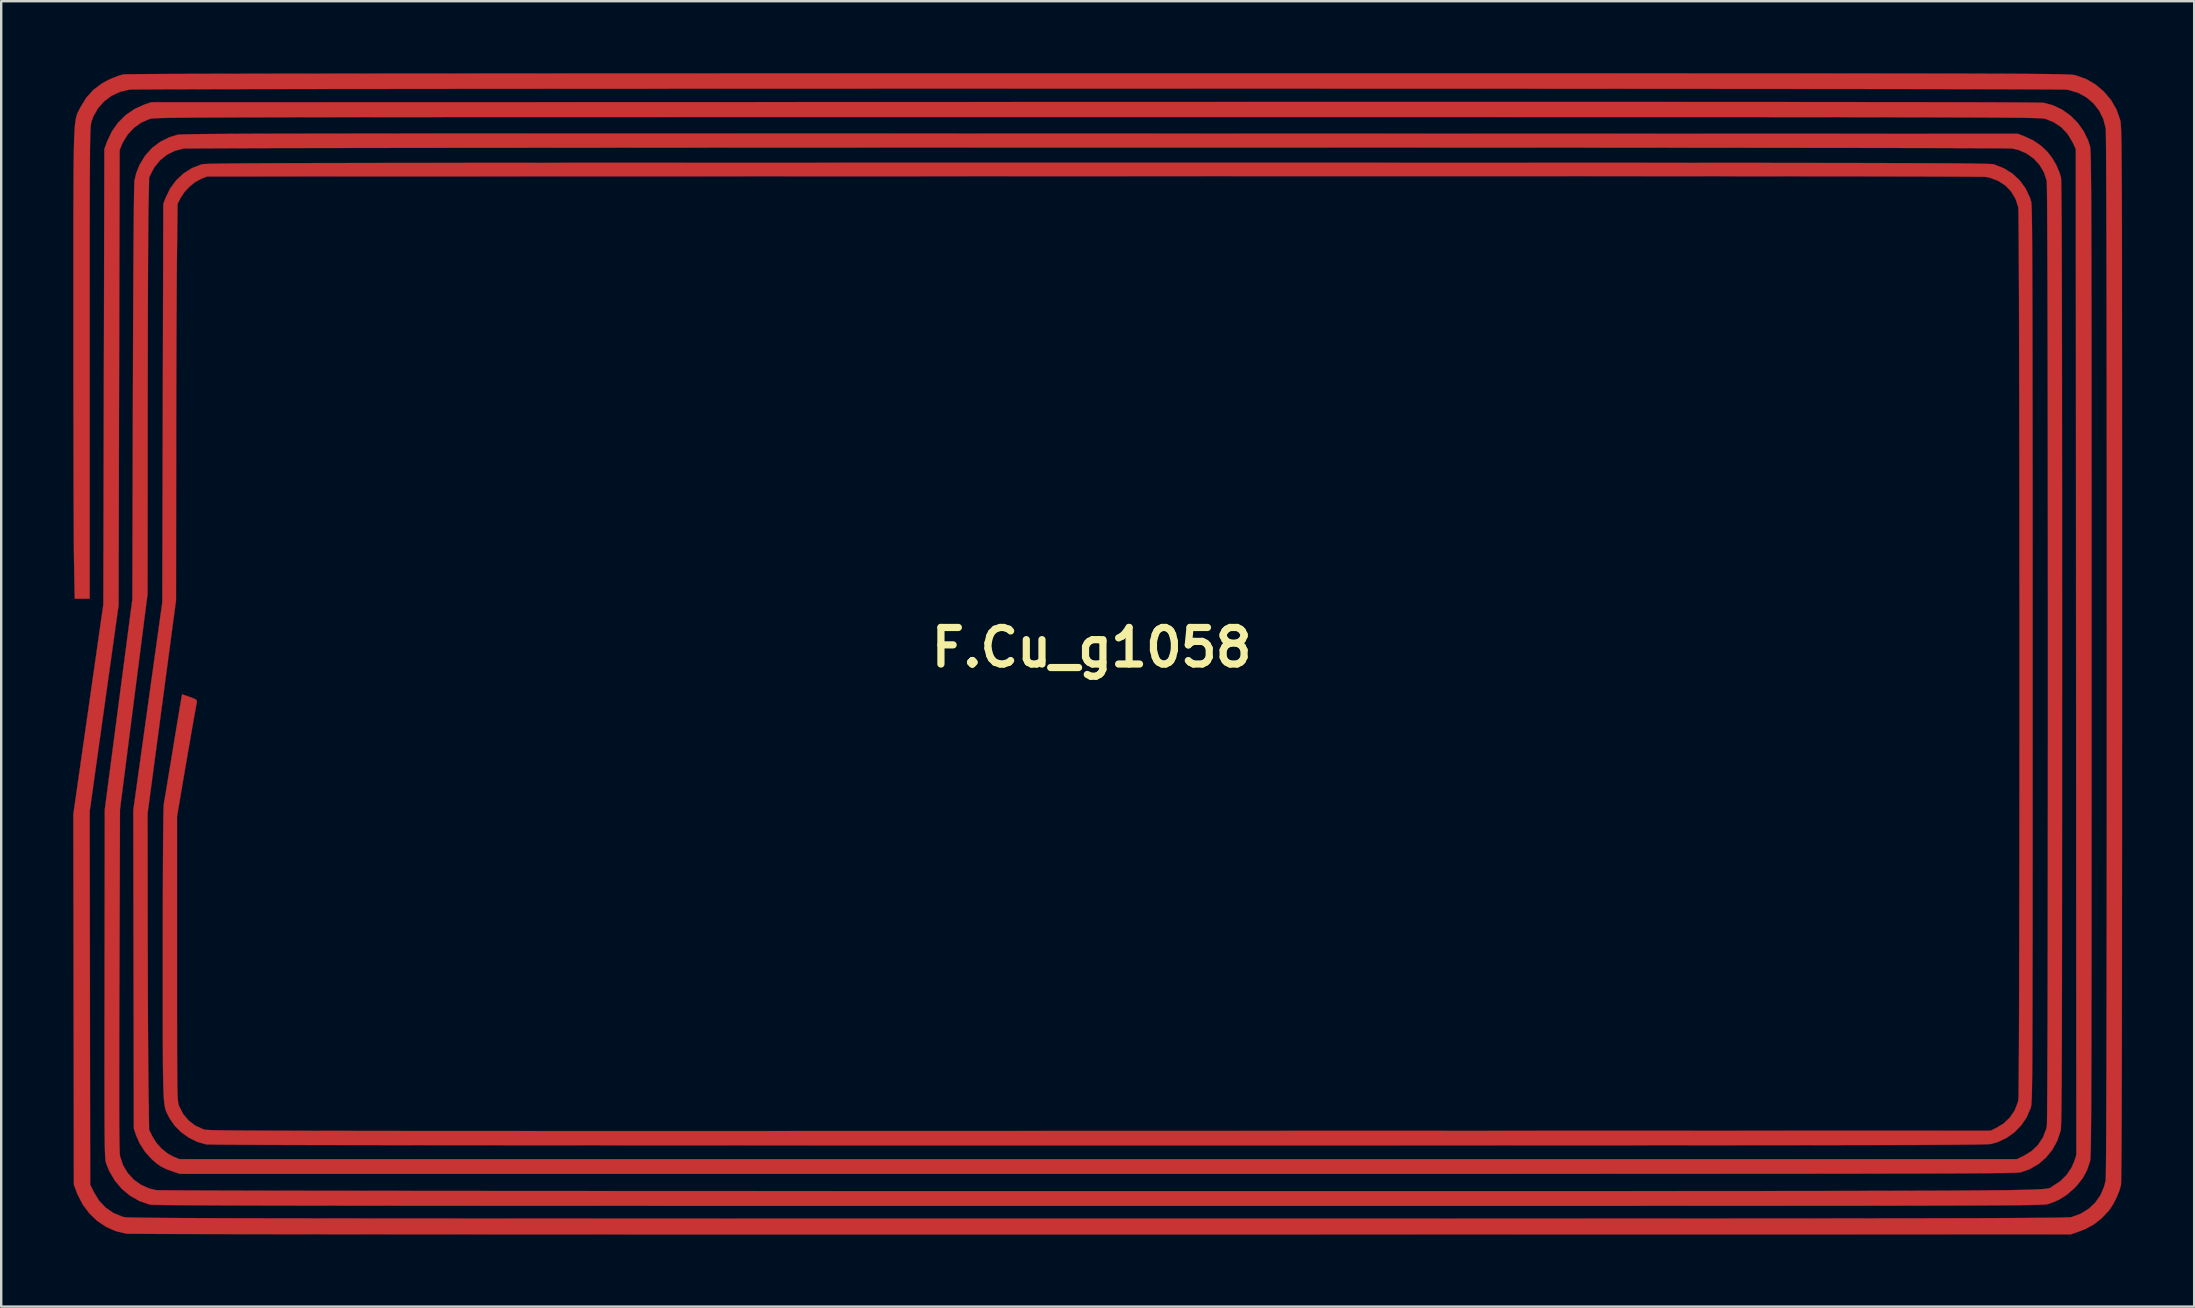
<source format=kicad_pcb>
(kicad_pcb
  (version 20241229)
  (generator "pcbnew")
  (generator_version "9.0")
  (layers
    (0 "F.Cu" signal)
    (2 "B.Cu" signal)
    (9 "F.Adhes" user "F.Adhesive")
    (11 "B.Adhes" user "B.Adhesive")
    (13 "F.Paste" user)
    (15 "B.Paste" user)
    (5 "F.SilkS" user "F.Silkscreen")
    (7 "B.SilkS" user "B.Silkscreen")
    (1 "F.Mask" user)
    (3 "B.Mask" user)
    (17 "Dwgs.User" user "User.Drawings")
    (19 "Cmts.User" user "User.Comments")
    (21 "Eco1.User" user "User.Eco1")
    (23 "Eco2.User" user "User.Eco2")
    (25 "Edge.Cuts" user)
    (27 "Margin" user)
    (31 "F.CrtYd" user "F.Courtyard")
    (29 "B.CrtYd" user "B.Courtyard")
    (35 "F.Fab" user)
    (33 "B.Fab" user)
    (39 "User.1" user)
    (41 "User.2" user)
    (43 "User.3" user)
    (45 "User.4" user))
  (footprint "F.Cu_g1058"
    (layer "F.Cu")
    (at 42.425 23.923)
    (property "Reference" "F.Cu_g1058" (at 0 0 0) (layer "F.SilkS") (effects (font (size 1.524 1.524) (thickness 0.3))))
    (attr through_hole)
    (fp_poly (pts (xy 2.52 -23.918) (xy 4.659 -23.918) (xy 6.717 -23.918) (xy 8.695 -23.918) (xy 10.594 -23.918) (xy 12.417 -23.918) (xy 14.165 -23.918) (xy 15.839 -23.918) (xy 17.442 -23.918) (xy 18.974 -23.918) (xy 20.437 -23.918) (xy 21.834 -23.917) (xy 23.164 -23.917) (xy 24.431 -23.917) (xy 25.636 -23.916) (xy 26.78 -23.916) (xy 27.864 -23.916) (xy 28.891 -23.915) (xy 29.863 -23.914) (xy 30.779 -23.914) (xy 31.644 -23.913) (xy 32.457 -23.912) (xy 33.22 -23.911) (xy 33.935 -23.91) (xy 34.605 -23.909) (xy 35.229 -23.908) (xy 35.81 -23.907) (xy 36.35 -23.906) (xy 36.849 -23.905) (xy 37.31 -23.903) (xy 37.735 -23.902) (xy 38.124 -23.9) (xy 38.48 -23.898) (xy 38.803 -23.896) (xy 39.096 -23.894) (xy 39.361 -23.892) (xy 39.598 -23.89) (xy 39.81 -23.888) (xy 39.997 -23.885) (xy 40.162 -23.882) (xy 40.307 -23.88) (xy 40.432 -23.877) (xy 40.539 -23.874) (xy 40.63 -23.871) (xy 40.707 -23.867) (xy 40.771 -23.864) (xy 40.824 -23.86) (xy 40.867 -23.856) (xy 40.903 -23.852) (xy 40.931 -23.848) (xy 40.955 -23.844) (xy 40.975 -23.84) (xy 40.994 -23.835) (xy 40.999 -23.834) (xy 41.429 -23.681) (xy 41.822 -23.452) (xy 42.167 -23.16) (xy 42.47 -22.801) (xy 42.696 -22.406) (xy 42.841 -21.992) (xy 42.848 -21.967) (xy 42.854 -21.94) (xy 42.859 -21.91) (xy 42.865 -21.873) (xy 42.87 -21.829) (xy 42.874 -21.775) (xy 42.879 -21.708) (xy 42.883 -21.626) (xy 42.887 -21.528) (xy 42.891 -21.411) (xy 42.894 -21.273) (xy 42.898 -21.112) (xy 42.901 -20.925) (xy 42.903 -20.71) (xy 42.906 -20.466) (xy 42.908 -20.189) (xy 42.91 -19.878) (xy 42.912 -19.531) (xy 42.914 -19.146) (xy 42.916 -18.719) (xy 42.917 -18.25) (xy 42.919 -17.736) (xy 42.92 -17.174) (xy 42.921 -16.563) (xy 42.922 -15.9) (xy 42.923 -15.184) (xy 42.923 -14.411) (xy 42.924 -13.58) (xy 42.924 -12.689) (xy 42.925 -11.735) (xy 42.925 -10.717) (xy 42.925 -9.631) (xy 42.926 -8.477) (xy 42.926 -7.251) (xy 42.926 -5.952) (xy 42.926 -4.577) (xy 42.926 -3.125) (xy 42.926 -1.592) (xy 42.926 0.023) (xy 42.926 0.259) (xy 42.926 2.023) (xy 42.926 3.703) (xy 42.925 5.302) (xy 42.925 6.82) (xy 42.925 8.258) (xy 42.924 9.618) (xy 42.923 10.901) (xy 42.922 12.109) (xy 42.921 13.242) (xy 42.92 14.302) (xy 42.919 15.29) (xy 42.917 16.208) (xy 42.916 17.057) (xy 42.914 17.838) (xy 42.912 18.553) (xy 42.91 19.202) (xy 42.908 19.787) (xy 42.905 20.31) (xy 42.903 20.771) (xy 42.9 21.172) (xy 42.897 21.514) (xy 42.894 21.799) (xy 42.891 22.028) (xy 42.888 22.201) (xy 42.884 22.321) (xy 42.881 22.389) (xy 42.879 22.403) (xy 42.806 22.653) (xy 42.691 22.928) (xy 42.552 23.195) (xy 42.405 23.421) (xy 42.363 23.473) (xy 42.063 23.789) (xy 41.747 24.035) (xy 41.393 24.227) (xy 41.127 24.331) (xy 40.788 24.448) (xy 0.423 24.453) (xy -1.756 24.453) (xy -3.888 24.453) (xy -5.971 24.453) (xy -8.005 24.453) (xy -9.988 24.453) (xy -11.918 24.453) (xy -13.796 24.453) (xy -15.62 24.453) (xy -17.388 24.452) (xy -19.099 24.452) (xy -20.753 24.451) (xy -22.347 24.45) (xy -23.882 24.45) (xy -25.356 24.449) (xy -26.767 24.448) (xy -28.115 24.447) (xy -29.398 24.446) (xy -30.616 24.445) (xy -31.766 24.444) (xy -32.848 24.442) (xy -33.862 24.441) (xy -34.804 24.44) (xy -35.676 24.438) (xy -36.474 24.437) (xy -37.199 24.435) (xy -37.849 24.433) (xy -38.422 24.432) (xy -38.919 24.43) (xy -39.337 24.428) (xy -39.675 24.426) (xy -39.933 24.424) (xy -40.108 24.422) (xy -40.201 24.42) (xy -40.215 24.419) (xy -40.648 24.316) (xy -41.053 24.136) (xy -41.423 23.888) (xy -41.75 23.577) (xy -42.025 23.21) (xy -42.241 22.794) (xy -42.298 22.648) (xy -42.397 22.373) (xy -42.408 14.659) (xy -42.42 6.945) (xy -41.794 2.573) (xy -41.169 -1.799) (xy -41.127 -20.765) (xy -41.013 -21.077) (xy -40.818 -21.493) (xy -40.558 -21.862) (xy -40.24 -22.178) (xy -39.872 -22.431) (xy -39.463 -22.615) (xy -39.458 -22.617) (xy -39.179 -22.712) (xy 0.106 -22.724) (xy 2.503 -22.724) (xy 4.816 -22.725) (xy 7.046 -22.726) (xy 9.194 -22.726) (xy 11.261 -22.726) (xy 13.247 -22.726) (xy 15.154 -22.727) (xy 16.982 -22.727) (xy 18.732 -22.727) (xy 20.405 -22.726) (xy 22.002 -22.726) (xy 23.524 -22.726) (xy 24.971 -22.725) (xy 26.344 -22.725) (xy 27.644 -22.724) (xy 28.873 -22.723) (xy 30.03 -22.722) (xy 31.118 -22.721) (xy 32.135 -22.72) (xy 33.085 -22.719) (xy 33.966 -22.718) (xy 34.781 -22.717) (xy 35.529 -22.715) (xy 36.212 -22.713) (xy 36.831 -22.712) (xy 37.387 -22.71) (xy 37.88 -22.708) (xy 38.311 -22.706) (xy 38.681 -22.704) (xy 38.991 -22.701) (xy 39.242 -22.699) (xy 39.434 -22.697) (xy 39.569 -22.694) (xy 39.647 -22.691) (xy 39.666 -22.69) (xy 40.063 -22.582) (xy 40.438 -22.4) (xy 40.781 -22.153) (xy 41.081 -21.851) (xy 41.329 -21.503) (xy 41.514 -21.12) (xy 41.589 -20.885) (xy 41.594 -20.86) (xy 41.599 -20.824) (xy 41.603 -20.775) (xy 41.608 -20.711) (xy 41.612 -20.629) (xy 41.616 -20.527) (xy 41.619 -20.403) (xy 41.623 -20.256) (xy 41.626 -20.082) (xy 41.629 -19.879) (xy 41.632 -19.646) (xy 41.634 -19.38) (xy 41.637 -19.08) (xy 41.639 -18.741) (xy 41.641 -18.364) (xy 41.643 -17.945) (xy 41.645 -17.482) (xy 41.646 -16.973) (xy 41.648 -16.416) (xy 41.649 -15.808) (xy 41.65 -15.148) (xy 41.651 -14.434) (xy 41.652 -13.662) (xy 41.653 -12.831) (xy 41.653 -11.939) (xy 41.654 -10.983) (xy 41.655 -9.962) (xy 41.655 -8.872) (xy 41.655 -7.713) (xy 41.656 -6.481) (xy 41.656 -5.175) (xy 41.656 -3.792) (xy 41.656 -2.331) (xy 41.656 -0.788) (xy 41.656 0.262) (xy 41.656 1.863) (xy 41.656 3.382) (xy 41.656 4.82) (xy 41.656 6.18) (xy 41.655 7.464) (xy 41.655 8.674) (xy 41.655 9.813) (xy 41.654 10.882) (xy 41.654 11.884) (xy 41.653 12.821) (xy 41.652 13.695) (xy 41.651 14.508) (xy 41.65 15.262) (xy 41.649 15.96) (xy 41.648 16.604) (xy 41.647 17.195) (xy 41.645 17.737) (xy 41.643 18.23) (xy 41.642 18.679) (xy 41.64 19.083) (xy 41.638 19.447) (xy 41.635 19.771) (xy 41.633 20.059) (xy 41.63 20.311) (xy 41.627 20.531) (xy 41.624 20.721) (xy 41.621 20.882) (xy 41.617 21.018) (xy 41.613 21.129) (xy 41.609 21.219) (xy 41.605 21.289) (xy 41.601 21.342) (xy 41.596 21.379) (xy 41.592 21.401) (xy 41.467 21.774) (xy 41.291 22.102) (xy 41.048 22.41) (xy 40.94 22.523) (xy 40.623 22.801) (xy 40.297 23.007) (xy 39.944 23.154) (xy 39.831 23.187) (xy 39.813 23.192) (xy 39.79 23.196) (xy 39.76 23.2) (xy 39.721 23.203) (xy 39.672 23.207) (xy 39.61 23.21) (xy 39.536 23.213) (xy 39.446 23.217) (xy 39.339 23.22) (xy 39.214 23.222) (xy 39.069 23.225) (xy 38.902 23.228) (xy 38.712 23.23) (xy 38.497 23.233) (xy 38.256 23.235) (xy 37.987 23.237) (xy 37.688 23.239) (xy 37.358 23.241) (xy 36.995 23.243) (xy 36.597 23.244) (xy 36.163 23.246) (xy 35.692 23.247) (xy 35.181 23.249) (xy 34.63 23.25) (xy 34.036 23.251) (xy 33.398 23.253) (xy 32.714 23.254) (xy 31.982 23.255) (xy 31.202 23.255) (xy 30.371 23.256) (xy 29.488 23.257) (xy 28.551 23.258) (xy 27.558 23.258) (xy 26.509 23.259) (xy 25.401 23.259) (xy 24.233 23.26) (xy 23.003 23.26) (xy 21.709 23.261) (xy 20.35 23.261) (xy 18.925 23.261) (xy 17.431 23.261) (xy 15.868 23.262) (xy 14.233 23.262) (xy 12.524 23.262) (xy 10.741 23.262) (xy 8.882 23.262) (xy 6.945 23.262) (xy 4.928 23.262) (xy 2.83 23.262) (xy 0.649 23.262) (xy 0.275 23.262) (xy -1.962 23.262) (xy -4.115 23.262) (xy -6.187 23.262) (xy -8.179 23.262) (xy -10.092 23.262) (xy -11.928 23.262) (xy -13.688 23.261) (xy -15.374 23.261) (xy -16.987 23.261) (xy -18.529 23.26) (xy -20.001 23.26) (xy -21.405 23.259) (xy -22.743 23.259) (xy -24.015 23.258) (xy -25.223 23.258) (xy -26.369 23.257) (xy -27.454 23.256) (xy -28.48 23.255) (xy -29.449 23.254) (xy -30.361 23.253) (xy -31.218 23.252) (xy -32.022 23.251) (xy -32.774 23.25) (xy -33.475 23.249) (xy -34.128 23.247) (xy -34.734 23.246) (xy -35.294 23.244) (xy -35.809 23.243) (xy -36.282 23.241) (xy -36.713 23.239) (xy -37.105 23.237) (xy -37.458 23.235) (xy -37.774 23.233) (xy -38.055 23.231) (xy -38.302 23.228) (xy -38.517 23.226) (xy -38.701 23.223) (xy -38.855 23.221) (xy -38.981 23.218) (xy -39.081 23.215) (xy -39.157 23.212) (xy -39.208 23.209) (xy -39.238 23.206) (xy -39.243 23.205) (xy -39.669 23.058) (xy -40.057 22.838) (xy -40.4 22.553) (xy -40.691 22.208) (xy -40.924 21.81) (xy -41.048 21.505) (xy -41.058 21.474) (xy -41.067 21.437) (xy -41.075 21.393) (xy -41.083 21.336) (xy -41.089 21.263) (xy -41.095 21.171) (xy -41.1 21.054) (xy -41.105 20.911) (xy -41.109 20.735) (xy -41.112 20.525) (xy -41.115 20.275) (xy -41.117 19.983) (xy -41.119 19.643) (xy -41.12 19.253) (xy -41.121 18.808) (xy -41.121 18.305) (xy -41.122 17.74) (xy -41.121 17.109) (xy -41.121 16.408) (xy -41.12 15.633) (xy -41.119 14.78) (xy -41.118 14.012) (xy -41.11 6.752) (xy -40.536 2.371) (xy -39.961 -2.011) (xy -39.938 -10.583) (xy -39.935 -11.584) (xy -39.932 -12.538) (xy -39.929 -13.441) (xy -39.925 -14.293) (xy -39.921 -15.089) (xy -39.917 -15.827) (xy -39.913 -16.505) (xy -39.908 -17.119) (xy -39.904 -17.668) (xy -39.899 -18.149) (xy -39.894 -18.56) (xy -39.89 -18.896) (xy -39.885 -19.157) (xy -39.88 -19.338) (xy -39.875 -19.439) (xy -39.873 -19.452) (xy -39.796 -19.774) (xy -39.659 -20.108) (xy -39.432 -20.485) (xy -39.143 -20.806) (xy -38.801 -21.066) (xy -38.41 -21.258) (xy -38.09 -21.356) (xy -38.068 -21.36) (xy -38.034 -21.363) (xy -37.986 -21.367) (xy -37.923 -21.37) (xy -37.842 -21.373) (xy -37.743 -21.376) (xy -37.624 -21.379) (xy -37.482 -21.382) (xy -37.318 -21.384) (xy -37.128 -21.387) (xy -36.911 -21.389) (xy -36.666 -21.391) (xy -36.392 -21.393) (xy -36.086 -21.395) (xy -35.746 -21.397) (xy -35.372 -21.399) (xy -34.962 -21.401) (xy -34.514 -21.402) (xy -34.026 -21.404) (xy -33.498 -21.405) (xy -32.926 -21.406) (xy -32.311 -21.407) (xy -31.649 -21.408) (xy -30.94 -21.409) (xy -30.182 -21.41) (xy -29.373 -21.411) (xy -28.512 -21.412) (xy -27.597 -21.412) (xy -26.627 -21.413) (xy -25.599 -21.413) (xy -24.513 -21.413) (xy -23.366 -21.414) (xy -22.158 -21.414) (xy -20.886 -21.414) (xy -19.549 -21.414) (xy -18.145 -21.414) (xy -16.673 -21.414) (xy -15.13 -21.414) (xy -13.517 -21.413) (xy -11.83 -21.413) (xy -10.069 -21.413) (xy -8.231 -21.412) (xy -6.315 -21.412) (xy -4.32 -21.411) (xy -2.244 -21.411) (xy -0.085 -21.41) (xy 0.388 -21.41) (xy 38.587 -21.399) (xy 38.87 -21.289) (xy 39.24 -21.115) (xy 39.556 -20.897) (xy 39.812 -20.654) (xy 40.012 -20.397) (xy 40.188 -20.096) (xy 40.321 -19.784) (xy 40.382 -19.566) (xy 40.386 -19.519) (xy 40.39 -19.416) (xy 40.393 -19.257) (xy 40.397 -19.038) (xy 40.4 -18.761) (xy 40.403 -18.423) (xy 40.406 -18.023) (xy 40.408 -17.56) (xy 40.411 -17.032) (xy 40.413 -16.439) (xy 40.415 -15.779) (xy 40.417 -15.051) (xy 40.419 -14.254) (xy 40.42 -13.386) (xy 40.422 -12.446) (xy 40.423 -11.434) (xy 40.424 -10.347) (xy 40.425 -9.185) (xy 40.426 -7.946) (xy 40.427 -6.629) (xy 40.427 -5.233) (xy 40.427 -3.757) (xy 40.428 -2.199) (xy 40.428 -0.559) (xy 40.428 0.267) (xy 40.428 1.827) (xy 40.427 3.305) (xy 40.427 4.703) (xy 40.427 6.023) (xy 40.427 7.267) (xy 40.426 8.437) (xy 40.426 9.535) (xy 40.425 10.564) (xy 40.424 11.526) (xy 40.424 12.423) (xy 40.423 13.257) (xy 40.422 14.031) (xy 40.42 14.746) (xy 40.419 15.405) (xy 40.418 16.01) (xy 40.416 16.563) (xy 40.414 17.066) (xy 40.412 17.522) (xy 40.41 17.932) (xy 40.408 18.299) (xy 40.405 18.626) (xy 40.403 18.913) (xy 40.4 19.164) (xy 40.397 19.381) (xy 40.394 19.565) (xy 40.39 19.72) (xy 40.386 19.846) (xy 40.382 19.947) (xy 40.378 20.025) (xy 40.374 20.081) (xy 40.369 20.118) (xy 40.367 20.13) (xy 40.227 20.548) (xy 40.02 20.926) (xy 39.753 21.255) (xy 39.433 21.527) (xy 39.068 21.736) (xy 38.708 21.862) (xy 38.688 21.866) (xy 38.657 21.87) (xy 38.613 21.873) (xy 38.556 21.876) (xy 38.482 21.88) (xy 38.392 21.883) (xy 38.282 21.886) (xy 38.152 21.889) (xy 38 21.891) (xy 37.824 21.894) (xy 37.622 21.896) (xy 37.393 21.899) (xy 37.136 21.901) (xy 36.849 21.903) (xy 36.53 21.905) (xy 36.177 21.907) (xy 35.789 21.909) (xy 35.365 21.91) (xy 34.903 21.912) (xy 34.4 21.914) (xy 33.856 21.915) (xy 33.269 21.916) (xy 32.637 21.917) (xy 31.959 21.919) (xy 31.233 21.92) (xy 30.458 21.921) (xy 29.631 21.922) (xy 28.752 21.923) (xy 27.818 21.923) (xy 26.828 21.924) (xy 25.781 21.925) (xy 24.675 21.925) (xy 23.508 21.926) (xy 22.278 21.926) (xy 20.984 21.927) (xy 19.625 21.927) (xy 18.199 21.927) (xy 16.703 21.928) (xy 15.138 21.928) (xy 13.5 21.928) (xy 11.788 21.928) (xy 10.002 21.928) (xy 8.138 21.929) (xy 6.196 21.929) (xy 4.174 21.929) (xy 2.07 21.929) (xy 0.234 21.929) (xy -37.979 21.929) (xy -38.304 21.82) (xy -38.555 21.727) (xy -38.754 21.629) (xy -38.934 21.507) (xy -39.127 21.341) (xy -39.154 21.316) (xy -39.433 21.008) (xy -39.659 20.655) (xy -39.805 20.323) (xy -39.899 20.045) (xy -39.911 13.411) (xy -39.922 6.776) (xy -38.714 -1.884) (xy -38.693 -10.181) (xy -38.672 -18.479) (xy -38.576 -18.731) (xy -38.388 -19.119) (xy -38.137 -19.46) (xy -37.832 -19.746) (xy -37.482 -19.968) (xy -37.097 -20.119) (xy -37.061 -20.128) (xy -37.041 -20.132) (xy -37.008 -20.136) (xy -36.961 -20.139) (xy -36.899 -20.142) (xy -36.819 -20.145) (xy -36.72 -20.149) (xy -36.601 -20.151) (xy -36.46 -20.154) (xy -36.295 -20.157) (xy -36.104 -20.159) (xy -35.886 -20.162) (xy -35.64 -20.164) (xy -35.364 -20.166) (xy -35.055 -20.168) (xy -34.713 -20.17) (xy -34.336 -20.172) (xy -33.922 -20.174) (xy -33.47 -20.176) (xy -32.978 -20.177) (xy -32.444 -20.179) (xy -31.867 -20.18) (xy -31.245 -20.181) (xy -30.576 -20.183) (xy -29.86 -20.184) (xy -29.093 -20.185) (xy -28.275 -20.186) (xy -27.404 -20.187) (xy -26.479 -20.187) (xy -25.497 -20.188) (xy -24.458 -20.189) (xy -23.359 -20.189) (xy -22.198 -20.19) (xy -20.976 -20.191) (xy -19.688 -20.191) (xy -18.335 -20.191) (xy -16.914 -20.192) (xy -15.424 -20.192) (xy -13.863 -20.192) (xy -12.229 -20.192) (xy -10.522 -20.193) (xy -8.738 -20.193) (xy -6.878 -20.193) (xy -4.938 -20.193) (xy -2.918 -20.193) (xy -0.815 -20.193) (xy 0.276 -20.193) (xy 2.414 -20.193) (xy 4.469 -20.193) (xy 6.443 -20.193) (xy 8.337 -20.193) (xy 10.152 -20.193) (xy 11.892 -20.193) (xy 13.556 -20.192) (xy 15.147 -20.192) (xy 16.667 -20.192) (xy 18.117 -20.192) (xy 19.498 -20.191) (xy 20.813 -20.191) (xy 22.063 -20.191) (xy 23.249 -20.19) (xy 24.374 -20.19) (xy 25.439 -20.189) (xy 26.445 -20.188) (xy 27.395 -20.188) (xy 28.289 -20.187) (xy 29.13 -20.186) (xy 29.919 -20.185) (xy 30.658 -20.184) (xy 31.348 -20.183) (xy 31.991 -20.182) (xy 32.589 -20.18) (xy 33.143 -20.179) (xy 33.656 -20.177) (xy 34.127 -20.176) (xy 34.56 -20.174) (xy 34.956 -20.172) (xy 35.317 -20.171) (xy 35.643 -20.169) (xy 35.938 -20.167) (xy 36.202 -20.164) (xy 36.437 -20.162) (xy 36.644 -20.16) (xy 36.826 -20.157) (xy 36.985 -20.154) (xy 37.12 -20.151) (xy 37.235 -20.149) (xy 37.331 -20.145) (xy 37.41 -20.142) (xy 37.472 -20.139) (xy 37.521 -20.135) (xy 37.557 -20.132) (xy 37.582 -20.128) (xy 37.595 -20.125) (xy 38.006 -19.962) (xy 38.367 -19.734) (xy 38.673 -19.448) (xy 38.917 -19.11) (xy 39.094 -18.724) (xy 39.143 -18.563) (xy 39.148 -18.534) (xy 39.152 -18.481) (xy 39.156 -18.402) (xy 39.16 -18.295) (xy 39.164 -18.158) (xy 39.167 -17.988) (xy 39.171 -17.783) (xy 39.174 -17.542) (xy 39.177 -17.262) (xy 39.179 -16.941) (xy 39.182 -16.577) (xy 39.184 -16.167) (xy 39.186 -15.71) (xy 39.188 -15.203) (xy 39.19 -14.645) (xy 39.191 -14.032) (xy 39.193 -13.364) (xy 39.194 -12.637) (xy 39.195 -11.85) (xy 39.196 -11) (xy 39.197 -10.086) (xy 39.198 -9.104) (xy 39.198 -8.054) (xy 39.199 -6.933) (xy 39.199 -5.738) (xy 39.2 -4.468) (xy 39.2 -3.12) (xy 39.2 -1.693) (xy 39.2 -0.184) (xy 39.2 0.281) (xy 39.2 1.778) (xy 39.2 3.192) (xy 39.2 4.526) (xy 39.2 5.783) (xy 39.2 6.965) (xy 39.2 8.073) (xy 39.2 9.111) (xy 39.199 10.081) (xy 39.199 10.986) (xy 39.199 11.827) (xy 39.198 12.606) (xy 39.197 13.328) (xy 39.196 13.993) (xy 39.195 14.604) (xy 39.194 15.163) (xy 39.193 15.673) (xy 39.191 16.137) (xy 39.19 16.556) (xy 39.188 16.932) (xy 39.186 17.269) (xy 39.184 17.569) (xy 39.181 17.834) (xy 39.178 18.066) (xy 39.175 18.267) (xy 39.172 18.441) (xy 39.169 18.589) (xy 39.165 18.715) (xy 39.161 18.819) (xy 39.156 18.904) (xy 39.152 18.974) (xy 39.147 19.03) (xy 39.142 19.074) (xy 39.136 19.11) (xy 39.13 19.139) (xy 39.123 19.163) (xy 39.117 19.186) (xy 39.117 19.186) (xy 38.957 19.564) (xy 38.728 19.904) (xy 38.44 20.199) (xy 38.103 20.437) (xy 37.728 20.61) (xy 37.47 20.682) (xy 37.445 20.686) (xy 37.401 20.689) (xy 37.337 20.692) (xy 37.252 20.696) (xy 37.143 20.698) (xy 37.01 20.701) (xy 36.85 20.704) (xy 36.663 20.707) (xy 36.446 20.709) (xy 36.198 20.711) (xy 35.917 20.714) (xy 35.602 20.716) (xy 35.252 20.718) (xy 34.864 20.72) (xy 34.437 20.722) (xy 33.969 20.723) (xy 33.46 20.725) (xy 32.907 20.727) (xy 32.308 20.728) (xy 31.663 20.729) (xy 30.969 20.731) (xy 30.226 20.732) (xy 29.431 20.733) (xy 28.582 20.734) (xy 27.68 20.735) (xy 26.72 20.736) (xy 25.703 20.737) (xy 24.627 20.738) (xy 23.489 20.738) (xy 22.289 20.739) (xy 21.025 20.739) (xy 19.695 20.74) (xy 18.297 20.74) (xy 16.831 20.741) (xy 15.295 20.741) (xy 13.686 20.741) (xy 12.003 20.742) (xy 10.246 20.742) (xy 8.411 20.742) (xy 6.499 20.742) (xy 4.506 20.742) (xy 2.432 20.743) (xy 0.275 20.743) (xy 0.272 20.743) (xy -2.066 20.743) (xy -4.321 20.743) (xy -6.493 20.742) (xy -8.582 20.742) (xy -10.59 20.742) (xy -12.517 20.741) (xy -14.365 20.741) (xy -16.133 20.74) (xy -17.822 20.74) (xy -19.434 20.739) (xy -20.969 20.738) (xy -22.429 20.737) (xy -23.813 20.737) (xy -25.122 20.735) (xy -26.358 20.734) (xy -27.521 20.733) (xy -28.611 20.732) (xy -29.631 20.73) (xy -30.58 20.729) (xy -31.459 20.727) (xy -32.269 20.726) (xy -33.011 20.724) (xy -33.686 20.722) (xy -34.294 20.72) (xy -34.836 20.718) (xy -35.313 20.716) (xy -35.726 20.713) (xy -36.075 20.711) (xy -36.362 20.709) (xy -36.586 20.706) (xy -36.75 20.703) (xy -36.853 20.701) (xy -36.896 20.698) (xy -37.259 20.593) (xy -37.608 20.42) (xy -37.929 20.19) (xy -38.202 19.916) (xy -38.412 19.61) (xy -38.434 19.567) (xy -38.469 19.499) (xy -38.501 19.438) (xy -38.529 19.38) (xy -38.555 19.32) (xy -38.578 19.254) (xy -38.598 19.178) (xy -38.616 19.087) (xy -38.631 18.978) (xy -38.644 18.845) (xy -38.655 18.685) (xy -38.665 18.493) (xy -38.672 18.265) (xy -38.678 17.997) (xy -38.683 17.684) (xy -38.687 17.322) (xy -38.689 16.907) (xy -38.691 16.434) (xy -38.692 15.9) (xy -38.693 15.299) (xy -38.693 14.628) (xy -38.693 13.883) (xy -38.693 13.058) (xy -38.693 12.783) (xy -38.692 11.89) (xy -38.691 11.057) (xy -38.69 10.287) (xy -38.688 9.583) (xy -38.685 8.945) (xy -38.682 8.377) (xy -38.679 7.879) (xy -38.674 7.456) (xy -38.67 7.107) (xy -38.665 6.836) (xy -38.659 6.645) (xy -38.653 6.536) (xy -38.651 6.516) (xy -38.636 6.429) (xy -38.608 6.267) (xy -38.57 6.041) (xy -38.523 5.758) (xy -38.469 5.428) (xy -38.408 5.06) (xy -38.342 4.664) (xy -38.274 4.249) (xy -38.268 4.212) (xy -38.201 3.801) (xy -38.137 3.413) (xy -38.078 3.057) (xy -38.025 2.741) (xy -37.981 2.474) (xy -37.946 2.264) (xy -37.921 2.119) (xy -37.908 2.048) (xy -37.908 2.044) (xy -37.888 1.951) (xy -37.573 2.062) (xy -37.416 2.119) (xy -37.324 2.162) (xy -37.281 2.202) (xy -37.273 2.249) (xy -37.278 2.282) (xy -37.342 2.64) (xy -37.418 3.064) (xy -37.501 3.535) (xy -37.588 4.036) (xy -37.677 4.549) (xy -37.764 5.056) (xy -37.847 5.539) (xy -37.868 5.666) (xy -38.1 7.036) (xy -38.1 12.957) (xy -38.1 13.782) (xy -38.1 14.528) (xy -38.1 15.197) (xy -38.099 15.794) (xy -38.099 16.324) (xy -38.098 16.791) (xy -38.096 17.199) (xy -38.095 17.552) (xy -38.092 17.855) (xy -38.089 18.112) (xy -38.086 18.328) (xy -38.082 18.506) (xy -38.077 18.651) (xy -38.071 18.767) (xy -38.065 18.858) (xy -38.057 18.93) (xy -38.049 18.985) (xy -38.039 19.029) (xy -38.029 19.066) (xy -38.017 19.1) (xy -38.012 19.112) (xy -37.849 19.43) (xy -37.621 19.702) (xy -37.338 19.918) (xy -37.011 20.067) (xy -36.956 20.084) (xy -36.938 20.088) (xy -36.909 20.091) (xy -36.868 20.095) (xy -36.813 20.098) (xy -36.743 20.102) (xy -36.656 20.105) (xy -36.551 20.108) (xy -36.425 20.111) (xy -36.277 20.113) (xy -36.106 20.116) (xy -35.909 20.118) (xy -35.686 20.121) (xy -35.434 20.123) (xy -35.153 20.125) (xy -34.839 20.127) (xy -34.492 20.129) (xy -34.11 20.13) (xy -33.692 20.132) (xy -33.235 20.133) (xy -32.739 20.135) (xy -32.201 20.136) (xy -31.619 20.137) (xy -30.993 20.138) (xy -30.321 20.139) (xy -29.6 20.14) (xy -28.83 20.141) (xy -28.009 20.142) (xy -27.134 20.142) (xy -26.205 20.143) (xy -25.22 20.143) (xy -24.176 20.143) (xy -23.074 20.144) (xy -21.91 20.144) (xy -20.683 20.144) (xy -19.392 20.144) (xy -18.035 20.144) (xy -16.61 20.144) (xy -15.116 20.144) (xy -13.551 20.144) (xy -11.913 20.143) (xy -10.202 20.143) (xy -8.414 20.143) (xy -6.549 20.142) (xy -4.604 20.142) (xy -2.579 20.141) (xy -0.471 20.14) (xy 0.36 20.14) (xy 37.444 20.13) (xy 37.686 20.016) (xy 37.996 19.826) (xy 38.256 19.577) (xy 38.455 19.28) (xy 38.584 18.948) (xy 38.607 18.843) (xy 38.611 18.781) (xy 38.615 18.638) (xy 38.618 18.417) (xy 38.621 18.122) (xy 38.624 17.755) (xy 38.627 17.321) (xy 38.63 16.822) (xy 38.633 16.261) (xy 38.635 15.643) (xy 38.637 14.97) (xy 38.639 14.246) (xy 38.641 13.475) (xy 38.643 12.658) (xy 38.645 11.801) (xy 38.646 10.906) (xy 38.648 9.976) (xy 38.649 9.015) (xy 38.65 8.027) (xy 38.651 7.013) (xy 38.652 5.979) (xy 38.652 4.927) (xy 38.653 3.861) (xy 38.653 2.783) (xy 38.653 1.698) (xy 38.653 0.608) (xy 38.653 -0.483) (xy 38.653 -1.572) (xy 38.652 -2.655) (xy 38.651 -3.729) (xy 38.651 -4.791) (xy 38.65 -5.837) (xy 38.649 -6.864) (xy 38.648 -7.869) (xy 38.646 -8.848) (xy 38.645 -9.799) (xy 38.643 -10.717) (xy 38.641 -11.599) (xy 38.639 -12.443) (xy 38.637 -13.244) (xy 38.635 -13.999) (xy 38.633 -14.706) (xy 38.63 -15.36) (xy 38.628 -15.958) (xy 38.625 -16.498) (xy 38.622 -16.975) (xy 38.619 -17.386) (xy 38.616 -17.728) (xy 38.612 -17.998) (xy 38.609 -18.192) (xy 38.605 -18.307) (xy 38.603 -18.339) (xy 38.487 -18.691) (xy 38.305 -18.997) (xy 38.061 -19.249) (xy 37.763 -19.442) (xy 37.417 -19.569) (xy 37.244 -19.604) (xy 37.185 -19.606) (xy 37.043 -19.609) (xy 36.817 -19.611) (xy 36.509 -19.613) (xy 36.119 -19.615) (xy 35.648 -19.617) (xy 35.098 -19.619) (xy 34.467 -19.621) (xy 33.758 -19.622) (xy 32.971 -19.624) (xy 32.107 -19.626) (xy 31.166 -19.627) (xy 30.15 -19.628) (xy 29.058 -19.629) (xy 27.893 -19.63) (xy 26.654 -19.631) (xy 25.342 -19.632) (xy 23.958 -19.633) (xy 22.503 -19.634) (xy 20.978 -19.634) (xy 19.382 -19.635) (xy 17.718 -19.635) (xy 15.985 -19.635) (xy 14.185 -19.635) (xy 12.319 -19.635) (xy 10.386 -19.635) (xy 8.388 -19.635) (xy 6.325 -19.635) (xy 4.199 -19.634) (xy 2.009 -19.634) (xy 0.064 -19.633) (xy -36.851 -19.622) (xy -37.096 -19.523) (xy -37.344 -19.388) (xy -37.586 -19.194) (xy -37.799 -18.964) (xy -37.954 -18.725) (xy -38.079 -18.479) (xy -38.105 -16.171) (xy -38.109 -15.841) (xy -38.112 -15.434) (xy -38.115 -14.957) (xy -38.118 -14.418) (xy -38.121 -13.826) (xy -38.124 -13.186) (xy -38.127 -12.507) (xy -38.129 -11.797) (xy -38.131 -11.063) (xy -38.133 -10.313) (xy -38.135 -9.554) (xy -38.136 -8.793) (xy -38.137 -8.04) (xy -38.137 -7.916) (xy -38.142 -1.967) (xy -38.735 2.477) (xy -39.328 6.92) (xy -39.323 11.683) (xy -39.322 12.356) (xy -39.32 13.035) (xy -39.318 13.712) (xy -39.316 14.378) (xy -39.314 15.026) (xy -39.311 15.646) (xy -39.308 16.23) (xy -39.305 16.771) (xy -39.301 17.258) (xy -39.297 17.684) (xy -39.294 18.041) (xy -39.291 18.268) (xy -39.264 20.089) (xy -39.126 20.37) (xy -38.957 20.639) (xy -38.734 20.886) (xy -38.478 21.088) (xy -38.239 21.216) (xy -37.994 21.315) (xy 38.544 21.315) (xy 38.83 21.18) (xy 39.152 20.983) (xy 39.42 20.726) (xy 39.626 20.421) (xy 39.762 20.076) (xy 39.793 19.944) (xy 39.796 19.883) (xy 39.8 19.74) (xy 39.803 19.52) (xy 39.806 19.224) (xy 39.809 18.857) (xy 39.812 18.422) (xy 39.815 17.922) (xy 39.817 17.359) (xy 39.819 16.738) (xy 39.822 16.062) (xy 39.824 15.333) (xy 39.826 14.555) (xy 39.828 13.732) (xy 39.829 12.867) (xy 39.831 11.962) (xy 39.832 11.021) (xy 39.833 10.047) (xy 39.834 9.044) (xy 39.835 8.015) (xy 39.836 6.963) (xy 39.837 5.891) (xy 39.837 4.803) (xy 39.838 3.701) (xy 39.838 2.589) (xy 39.838 1.471) (xy 39.838 0.349) (xy 39.838 -0.773) (xy 39.838 -1.893) (xy 39.837 -3.006) (xy 39.837 -4.109) (xy 39.836 -5.2) (xy 39.835 -6.275) (xy 39.834 -7.331) (xy 39.833 -8.364) (xy 39.832 -9.372) (xy 39.83 -10.351) (xy 39.829 -11.298) (xy 39.827 -12.209) (xy 39.825 -13.081) (xy 39.823 -13.912) (xy 39.821 -14.698) (xy 39.819 -15.435) (xy 39.817 -16.121) (xy 39.814 -16.752) (xy 39.811 -17.324) (xy 39.809 -17.836) (xy 39.806 -18.283) (xy 39.803 -18.662) (xy 39.8 -18.97) (xy 39.796 -19.203) (xy 39.793 -19.359) (xy 39.789 -19.435) (xy 39.789 -19.439) (xy 39.674 -19.791) (xy 39.489 -20.104) (xy 39.244 -20.37) (xy 38.948 -20.581) (xy 38.611 -20.727) (xy 38.343 -20.788) (xy 38.286 -20.79) (xy 38.146 -20.792) (xy 37.926 -20.795) (xy 37.628 -20.797) (xy 37.255 -20.799) (xy 36.809 -20.8) (xy 36.292 -20.802) (xy 35.707 -20.804) (xy 35.056 -20.806) (xy 34.341 -20.807) (xy 33.564 -20.809) (xy 32.729 -20.81) (xy 31.836 -20.812) (xy 30.89 -20.813) (xy 29.891 -20.814) (xy 28.842 -20.816) (xy 27.745 -20.817) (xy 26.604 -20.818) (xy 25.419 -20.819) (xy 24.194 -20.82) (xy 22.931 -20.821) (xy 21.632 -20.822) (xy 20.299 -20.823) (xy 18.935 -20.823) (xy 17.543 -20.824) (xy 16.123 -20.825) (xy 14.679 -20.825) (xy 13.214 -20.826) (xy 11.728 -20.826) (xy 10.226 -20.826) (xy 8.708 -20.827) (xy 7.177 -20.827) (xy 5.637 -20.827) (xy 4.088 -20.827) (xy 2.533 -20.827) (xy 0.976 -20.827) (xy -0.583 -20.827) (xy -2.141 -20.827) (xy -3.695 -20.827) (xy -5.243 -20.826) (xy -6.783 -20.826) (xy -8.313 -20.826) (xy -9.829 -20.825) (xy -11.331 -20.825) (xy -12.815 -20.824) (xy -14.279 -20.824) (xy -15.721 -20.823) (xy -17.138 -20.822) (xy -18.529 -20.821) (xy -19.89 -20.82) (xy -21.22 -20.819) (xy -22.516 -20.818) (xy -23.777 -20.817) (xy -24.998 -20.816) (xy -26.179 -20.815) (xy -27.317 -20.814) (xy -28.41 -20.813) (xy -29.455 -20.811) (xy -30.45 -20.81) (xy -31.392 -20.808) (xy -32.28 -20.807) (xy -33.111 -20.805) (xy -33.883 -20.804) (xy -34.593 -20.802) (xy -35.239 -20.8) (xy -35.819 -20.798) (xy -36.33 -20.796) (xy -36.77 -20.794) (xy -37.137 -20.792) (xy -37.428 -20.79) (xy -37.642 -20.788) (xy -37.775 -20.786) (xy -37.825 -20.784) (xy -38.19 -20.691) (xy -38.522 -20.525) (xy -38.809 -20.295) (xy -39.041 -20.007) (xy -39.139 -19.833) (xy -39.262 -19.579) (xy -39.29 -18.352) (xy -39.293 -18.176) (xy -39.296 -17.921) (xy -39.299 -17.592) (xy -39.302 -17.195) (xy -39.305 -16.733) (xy -39.308 -16.213) (xy -39.31 -15.641) (xy -39.313 -15.02) (xy -39.315 -14.357) (xy -39.317 -13.656) (xy -39.319 -12.924) (xy -39.32 -12.165) (xy -39.321 -11.384) (xy -39.322 -10.587) (xy -39.323 -9.779) (xy -39.323 -9.676) (xy -39.328 -2.229) (xy -39.903 2.262) (xy -40.478 6.752) (xy -40.501 13.856) (xy -40.505 14.808) (xy -40.507 15.677) (xy -40.509 16.469) (xy -40.51 17.186) (xy -40.511 17.831) (xy -40.511 18.409) (xy -40.511 18.921) (xy -40.51 19.372) (xy -40.509 19.764) (xy -40.506 20.102) (xy -40.503 20.388) (xy -40.5 20.626) (xy -40.496 20.818) (xy -40.491 20.969) (xy -40.485 21.082) (xy -40.479 21.159) (xy -40.472 21.201) (xy -40.351 21.563) (xy -40.16 21.886) (xy -39.909 22.162) (xy -39.606 22.381) (xy -39.262 22.536) (xy -38.985 22.604) (xy -38.933 22.606) (xy -38.809 22.609) (xy -38.615 22.612) (xy -38.348 22.614) (xy -38.01 22.617) (xy -37.599 22.619) (xy -37.115 22.621) (xy -36.557 22.623) (xy -35.926 22.625) (xy -35.22 22.627) (xy -34.44 22.629) (xy -33.584 22.631) (xy -32.653 22.632) (xy -31.646 22.634) (xy -30.561 22.635) (xy -29.4 22.637) (xy -28.162 22.638) (xy -26.845 22.639) (xy -25.451 22.64) (xy -23.977 22.642) (xy -22.424 22.642) (xy -20.791 22.643) (xy -19.079 22.644) (xy -17.285 22.645) (xy -15.411 22.645) (xy -13.455 22.646) (xy -11.417 22.646) (xy -9.297 22.647) (xy -7.094 22.647) (xy -4.808 22.647) (xy -2.438 22.647) (xy 0.016 22.647) (xy 0.296 22.647) (xy 2.493 22.647) (xy 4.607 22.647) (xy 6.639 22.647) (xy 8.591 22.647) (xy 10.466 22.647) (xy 12.263 22.647) (xy 13.986 22.647) (xy 15.635 22.647) (xy 17.212 22.647) (xy 18.719 22.647) (xy 20.158 22.647) (xy 21.53 22.647) (xy 22.836 22.646) (xy 24.079 22.646) (xy 25.259 22.645) (xy 26.379 22.645) (xy 27.44 22.644) (xy 28.444 22.643) (xy 29.392 22.642) (xy 30.286 22.641) (xy 31.127 22.64) (xy 31.918 22.638) (xy 32.659 22.637) (xy 33.353 22.635) (xy 34 22.633) (xy 34.604 22.631) (xy 35.164 22.629) (xy 35.683 22.627) (xy 36.163 22.624) (xy 36.605 22.621) (xy 37.01 22.618) (xy 37.38 22.615) (xy 37.718 22.611) (xy 38.024 22.608) (xy 38.299 22.604) (xy 38.547 22.599) (xy 38.768 22.595) (xy 38.964 22.59) (xy 39.136 22.585) (xy 39.286 22.579) (xy 39.416 22.574) (xy 39.528 22.568) (xy 39.622 22.561) (xy 39.701 22.555) (xy 39.766 22.548) (xy 39.819 22.54) (xy 39.861 22.533) (xy 39.894 22.525) (xy 39.92 22.516) (xy 39.94 22.507) (xy 39.956 22.498) (xy 39.969 22.489) (xy 39.981 22.479) (xy 39.994 22.468) (xy 40.009 22.457) (xy 40.028 22.446) (xy 40.032 22.444) (xy 40.345 22.24) (xy 40.613 21.976) (xy 40.821 21.669) (xy 40.933 21.41) (xy 41.021 21.144) (xy 41.011 0.19) (xy 41 -20.765) (xy 40.867 -21.045) (xy 40.662 -21.388) (xy 40.405 -21.665) (xy 40.093 -21.877) (xy 39.759 -22.014) (xy 39.743 -22.019) (xy 39.726 -22.024) (xy 39.705 -22.028) (xy 39.68 -22.032) (xy 39.648 -22.036) (xy 39.608 -22.04) (xy 39.558 -22.043) (xy 39.497 -22.047) (xy 39.423 -22.05) (xy 39.334 -22.053) (xy 39.229 -22.057) (xy 39.107 -22.059) (xy 38.965 -22.062) (xy 38.801 -22.065) (xy 38.616 -22.067) (xy 38.406 -22.07) (xy 38.17 -22.072) (xy 37.906 -22.074) (xy 37.614 -22.076) (xy 37.29 -22.078) (xy 36.935 -22.08) (xy 36.545 -22.081) (xy 36.12 -22.083) (xy 35.657 -22.084) (xy 35.156 -22.086) (xy 34.614 -22.087) (xy 34.03 -22.088) (xy 33.403 -22.089) (xy 32.73 -22.09) (xy 32.01 -22.091) (xy 31.242 -22.092) (xy 30.424 -22.093) (xy 29.554 -22.094) (xy 28.63 -22.094) (xy 27.652 -22.095) (xy 26.617 -22.095) (xy 25.523 -22.096) (xy 24.37 -22.096) (xy 23.155 -22.097) (xy 21.878 -22.097) (xy 20.535 -22.097) (xy 19.127 -22.097) (xy 17.65 -22.097) (xy 16.104 -22.098) (xy 14.486 -22.098) (xy 12.796 -22.098) (xy 11.032 -22.098) (xy 9.191 -22.098) (xy 7.273 -22.098) (xy 5.276 -22.098) (xy 3.197 -22.098) (xy 1.037 -22.098) (xy 0.254 -22.098) (xy -1.936 -22.098) (xy -4.043 -22.098) (xy -6.069 -22.098) (xy -8.015 -22.098) (xy -9.883 -22.098) (xy -11.674 -22.098) (xy -13.39 -22.098) (xy -15.033 -22.098) (xy -16.604 -22.098) (xy -18.105 -22.097) (xy -19.538 -22.097) (xy -20.903 -22.097) (xy -22.203 -22.097) (xy -23.44 -22.096) (xy -24.615 -22.096) (xy -25.729 -22.096) (xy -26.785 -22.095) (xy -27.783 -22.094) (xy -28.725 -22.094) (xy -29.614 -22.093) (xy -30.451 -22.092) (xy -31.236 -22.092) (xy -31.973 -22.091) (xy -32.662 -22.09) (xy -33.305 -22.089) (xy -33.904 -22.088) (xy -34.461 -22.086) (xy -34.976 -22.085) (xy -35.452 -22.084) (xy -35.89 -22.082) (xy -36.292 -22.08) (xy -36.66 -22.079) (xy -36.995 -22.077) (xy -37.298 -22.075) (xy -37.571 -22.073) (xy -37.817 -22.071) (xy -38.036 -22.068) (xy -38.23 -22.066) (xy -38.401 -22.063) (xy -38.55 -22.06) (xy -38.68 -22.058) (xy -38.791 -22.055) (xy -38.885 -22.051) (xy -38.964 -22.048) (xy -39.03 -22.045) (xy -39.083 -22.041) (xy -39.127 -22.037) (xy -39.161 -22.033) (xy -39.189 -22.029) (xy -39.211 -22.025) (xy -39.229 -22.021) (xy -39.245 -22.016) (xy -39.252 -22.014) (xy -39.592 -21.866) (xy -39.898 -21.647) (xy -40.156 -21.369) (xy -40.357 -21.043) (xy -40.401 -20.943) (xy -40.492 -20.722) (xy -40.514 -11.239) (xy -40.535 -1.757) (xy -41.138 2.54) (xy -41.741 6.837) (xy -41.73 14.607) (xy -41.719 22.378) (xy -41.563 22.693) (xy -41.346 23.045) (xy -41.075 23.333) (xy -40.754 23.556) (xy -40.388 23.708) (xy -40.321 23.726) (xy -40.301 23.73) (xy -40.269 23.734) (xy -40.223 23.737) (xy -40.162 23.74) (xy -40.084 23.743) (xy -39.987 23.746) (xy -39.87 23.749) (xy -39.732 23.752) (xy -39.57 23.754) (xy -39.384 23.757) (xy -39.171 23.759) (xy -38.931 23.761) (xy -38.661 23.764) (xy -38.36 23.766) (xy -38.027 23.768) (xy -37.659 23.769) (xy -37.256 23.771) (xy -36.816 23.773) (xy -36.337 23.774) (xy -35.817 23.776) (xy -35.256 23.777) (xy -34.651 23.779) (xy -34.002 23.78) (xy -33.306 23.781) (xy -32.561 23.782) (xy -31.767 23.783) (xy -30.922 23.784) (xy -30.024 23.785) (xy -29.072 23.786) (xy -28.064 23.786) (xy -26.999 23.787) (xy -25.874 23.788) (xy -24.689 23.788) (xy -23.442 23.789) (xy -22.131 23.789) (xy -20.755 23.79) (xy -19.312 23.79) (xy -17.801 23.79) (xy -16.22 23.79) (xy -14.568 23.791) (xy -12.842 23.791) (xy -11.042 23.791) (xy -9.166 23.791) (xy -7.212 23.791) (xy -5.18 23.791) (xy -3.066 23.791) (xy -0.87 23.791) (xy 0.254 23.791) (xy 2.496 23.791) (xy 4.655 23.791) (xy 6.733 23.791) (xy 8.73 23.791) (xy 10.649 23.791) (xy 12.491 23.791) (xy 14.258 23.791) (xy 15.95 23.79) (xy 17.571 23.79) (xy 19.12 23.79) (xy 20.601 23.79) (xy 22.013 23.789) (xy 23.36 23.789) (xy 24.642 23.788) (xy 25.861 23.788) (xy 27.019 23.787) (xy 28.116 23.786) (xy 29.155 23.786) (xy 30.138 23.785) (xy 31.065 23.784) (xy 31.938 23.783) (xy 32.759 23.782) (xy 33.529 23.781) (xy 34.25 23.78) (xy 34.924 23.779) (xy 35.551 23.777) (xy 36.134 23.776) (xy 36.674 23.775) (xy 37.173 23.773) (xy 37.631 23.771) (xy 38.052 23.77) (xy 38.435 23.768) (xy 38.784 23.766) (xy 39.098 23.764) (xy 39.381 23.762) (xy 39.633 23.76) (xy 39.855 23.757) (xy 40.051 23.755) (xy 40.22 23.752) (xy 40.365 23.749) (xy 40.487 23.747) (xy 40.588 23.744) (xy 40.669 23.741) (xy 40.731 23.738) (xy 40.777 23.734) (xy 40.808 23.731) (xy 40.822 23.728) (xy 41.204 23.588) (xy 41.537 23.382) (xy 41.817 23.117) (xy 42.035 22.801) (xy 42.186 22.44) (xy 42.246 22.182) (xy 42.249 22.119) (xy 42.252 21.975) (xy 42.255 21.752) (xy 42.258 21.454) (xy 42.261 21.084) (xy 42.264 20.644) (xy 42.267 20.138) (xy 42.269 19.569) (xy 42.271 18.94) (xy 42.274 18.254) (xy 42.276 17.514) (xy 42.278 16.723) (xy 42.279 15.885) (xy 42.281 15.001) (xy 42.283 14.077) (xy 42.284 13.114) (xy 42.286 12.115) (xy 42.287 11.084) (xy 42.288 10.024) (xy 42.289 8.938) (xy 42.29 7.829) (xy 42.291 6.7) (xy 42.291 5.553) (xy 42.292 4.393) (xy 42.292 3.222) (xy 42.292 2.044) (xy 42.293 0.861) (xy 42.293 -0.324) (xy 42.292 -1.507) (xy 42.292 -2.685) (xy 42.292 -3.856) (xy 42.291 -5.016) (xy 42.291 -6.162) (xy 42.29 -7.291) (xy 42.289 -8.4) (xy 42.288 -9.486) (xy 42.287 -10.546) (xy 42.286 -11.576) (xy 42.285 -12.575) (xy 42.283 -13.537) (xy 42.282 -14.462) (xy 42.28 -15.344) (xy 42.278 -16.182) (xy 42.276 -16.972) (xy 42.274 -17.712) (xy 42.272 -18.397) (xy 42.269 -19.026) (xy 42.267 -19.594) (xy 42.264 -20.099) (xy 42.262 -20.538) (xy 42.259 -20.908) (xy 42.256 -21.206) (xy 42.253 -21.427) (xy 42.25 -21.571) (xy 42.246 -21.632) (xy 42.145 -22.017) (xy 41.972 -22.364) (xy 41.737 -22.666) (xy 41.448 -22.913) (xy 41.113 -23.1) (xy 40.74 -23.217) (xy 40.598 -23.24) (xy 40.538 -23.242) (xy 40.397 -23.244) (xy 40.175 -23.246) (xy 39.876 -23.248) (xy 39.5 -23.25) (xy 39.052 -23.252) (xy 38.532 -23.254) (xy 37.943 -23.256) (xy 37.288 -23.258) (xy 36.569 -23.259) (xy 35.787 -23.261) (xy 34.946 -23.262) (xy 34.047 -23.264) (xy 33.092 -23.265) (xy 32.085 -23.267) (xy 31.027 -23.268) (xy 29.92 -23.269) (xy 28.767 -23.27) (xy 27.57 -23.271) (xy 26.331 -23.272) (xy 25.053 -23.274) (xy 23.737 -23.274) (xy 22.386 -23.275) (xy 21.003 -23.276) (xy 19.589 -23.277) (xy 18.147 -23.278) (xy 16.679 -23.278) (xy 15.188 -23.279) (xy 13.674 -23.279) (xy 12.142 -23.28) (xy 10.593 -23.28) (xy 9.029 -23.281) (xy 7.452 -23.281) (xy 5.866 -23.281) (xy 4.271 -23.281) (xy 2.671 -23.282) (xy 1.067 -23.282) (xy -0.537 -23.282) (xy -2.141 -23.282) (xy -3.741 -23.281) (xy -5.336 -23.281) (xy -6.922 -23.281) (xy -8.499 -23.281) (xy -10.063 -23.28) (xy -11.612 -23.28) (xy -13.145 -23.28) (xy -14.658 -23.279) (xy -16.15 -23.278) (xy -17.618 -23.278) (xy -19.061 -23.277) (xy -20.475 -23.276) (xy -21.858 -23.276) (xy -23.209 -23.275) (xy -24.525 -23.274) (xy -25.804 -23.273) (xy -27.043 -23.272) (xy -28.24 -23.271) (xy -29.394 -23.269) (xy -30.501 -23.268) (xy -31.56 -23.267) (xy -32.568 -23.266) (xy -33.522 -23.264) (xy -34.422 -23.263) (xy -35.264 -23.261) (xy -36.046 -23.26) (xy -36.766 -23.258) (xy -37.422 -23.256) (xy -38.011 -23.254) (xy -38.532 -23.253) (xy -38.981 -23.251) (xy -39.357 -23.249) (xy -39.657 -23.247) (xy -39.879 -23.245) (xy -40.022 -23.243) (xy -40.082 -23.241) (xy -40.082 -23.24) (xy -40.469 -23.15) (xy -40.822 -22.987) (xy -41.13 -22.759) (xy -41.386 -22.473) (xy -41.58 -22.137) (xy -41.66 -21.925) (xy -41.669 -21.895) (xy -41.677 -21.861) (xy -41.685 -21.82) (xy -41.692 -21.768) (xy -41.698 -21.703) (xy -41.704 -21.62) (xy -41.709 -21.518) (xy -41.714 -21.392) (xy -41.718 -21.239) (xy -41.722 -21.055) (xy -41.725 -20.839) (xy -41.728 -20.585) (xy -41.73 -20.292) (xy -41.732 -19.955) (xy -41.734 -19.571) (xy -41.736 -19.138) (xy -41.737 -18.651) (xy -41.738 -18.108) (xy -41.739 -17.505) (xy -41.74 -16.838) (xy -41.74 -16.106) (xy -41.74 -15.303) (xy -41.741 -14.428) (xy -41.741 -13.477) (xy -41.741 -12.445) (xy -41.741 -11.85) (xy -41.741 -2.032) (xy -42.362 -2.032) (xy -42.39 -3.563) (xy -42.393 -3.764) (xy -42.396 -4.044) (xy -42.398 -4.398) (xy -42.401 -4.822) (xy -42.403 -5.31) (xy -42.406 -5.857) (xy -42.408 -6.458) (xy -42.41 -7.108) (xy -42.411 -7.801) (xy -42.413 -8.533) (xy -42.414 -9.298) (xy -42.415 -10.091) (xy -42.416 -10.907) (xy -42.417 -11.741) (xy -42.417 -12.588) (xy -42.417 -13.331) (xy -42.417 -14.333) (xy -42.417 -15.254) (xy -42.417 -16.098) (xy -42.417 -16.868) (xy -42.417 -17.567) (xy -42.416 -18.201) (xy -42.414 -18.771) (xy -42.412 -19.282) (xy -42.41 -19.737) (xy -42.406 -20.141) (xy -42.401 -20.496) (xy -42.396 -20.806) (xy -42.389 -21.075) (xy -42.38 -21.307) (xy -42.37 -21.505) (xy -42.359 -21.672) (xy -42.346 -21.813) (xy -42.331 -21.932) (xy -42.314 -22.03) (xy -42.295 -22.114) (xy -42.274 -22.185) (xy -42.251 -22.247) (xy -42.225 -22.305) (xy -42.197 -22.362) (xy -42.166 -22.421) (xy -42.133 -22.486) (xy -42.12 -22.512) (xy -41.884 -22.898) (xy -41.587 -23.226) (xy -41.226 -23.498) (xy -40.967 -23.64) (xy -40.769 -23.728) (xy -40.566 -23.805) (xy -40.39 -23.859) (xy -40.325 -23.873) (xy -40.278 -23.876) (xy -40.168 -23.879) (xy -39.995 -23.881) (xy -39.756 -23.884) (xy -39.453 -23.886) (xy -39.084 -23.888) (xy -38.649 -23.891) (xy -38.146 -23.893) (xy -37.576 -23.895) (xy -36.938 -23.897) (xy -36.231 -23.899) (xy -35.454 -23.9) (xy -34.606 -23.902) (xy -33.688 -23.904) (xy -32.698 -23.905) (xy -31.636 -23.906) (xy -30.501 -23.908) (xy -29.292 -23.909) (xy -28.009 -23.91) (xy -26.651 -23.911) (xy -25.218 -23.912) (xy -23.708 -23.913) (xy -22.121 -23.914) (xy -20.457 -23.915) (xy -18.715 -23.915) (xy -16.894 -23.916) (xy -14.993 -23.917) (xy -13.013 -23.917) (xy -10.951 -23.917) (xy -8.808 -23.918) (xy -6.583 -23.918) (xy -4.275 -23.918) (xy -1.884 -23.918) (xy 0.297 -23.918) (xy 2.52 -23.918)) (stroke (width 0.01) (type solid)) (fill yes) (layer "F.Cu")))
  (gr_rect
    (start -3 -3)
    (end 88.356 51.382)
    (stroke (width 0.1) (type default))
    (fill no)
    (layer "Edge.Cuts")))
</source>
